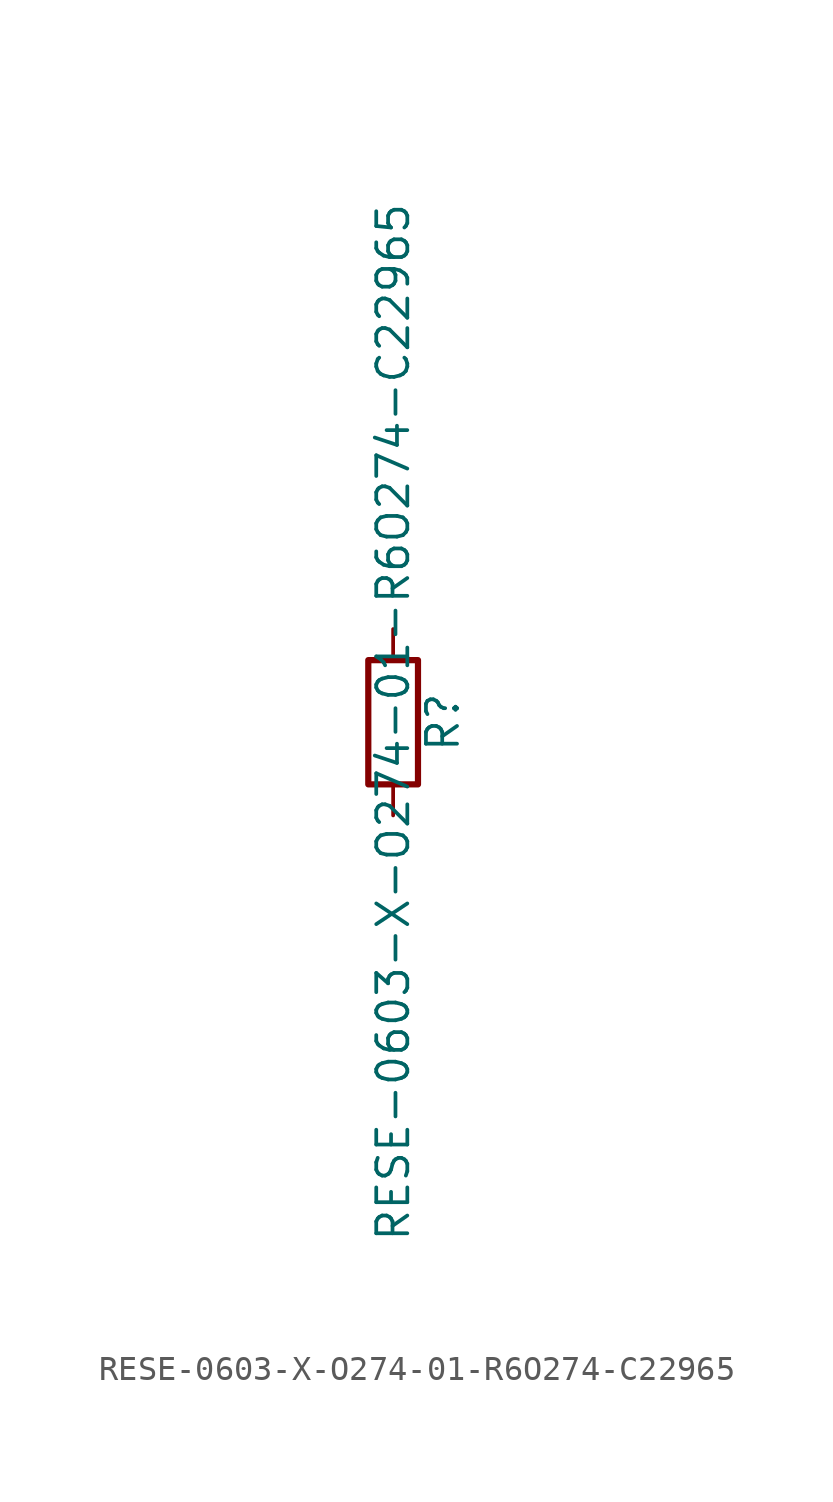
<source format=kicad_sym>
(kicad_symbol_lib
  (version 20211014)
  (generator kicad_symbol_editor)
  (symbol "RESE-0603-X-O274-01-R6O274-C22965"
    (pin_numbers hide)
    (pin_names
      (offset 0))
    (property "Reference" "R"
      (at 2.032 0 90)
      (effects (font (size 1.27 1.27))))
    (property "Value" "RESE-0603-X-O274-01-R6O274-C22965"
      (at 0 0 90)
      (effects (font (size 1.27 1.27))))
    (symbol "RESE-0603-X-O274-01-R6O274-C22965_0_1"
      (rectangle (start -1.016 -2.54) (end 1.016 2.54) (stroke (width 0.254) (type default) (color 0 0 0 0)) (fill (type none))))
    (symbol "RESE-0603-X-O274-01-R6O274-C22965_1_1"
      (pin passive line (at 0 3.81 270) (length 1.27) (name "~" (effects (font (size 1.27 1.27)))) (number "1" (effects (font (size 1.27 1.27)))))
      (pin passive line (at 0 -3.81 90) (length 1.27) (name "~" (effects (font (size 1.27 1.27)))) (number "2" (effects (font (size 1.27 1.27))))))))
</source>
